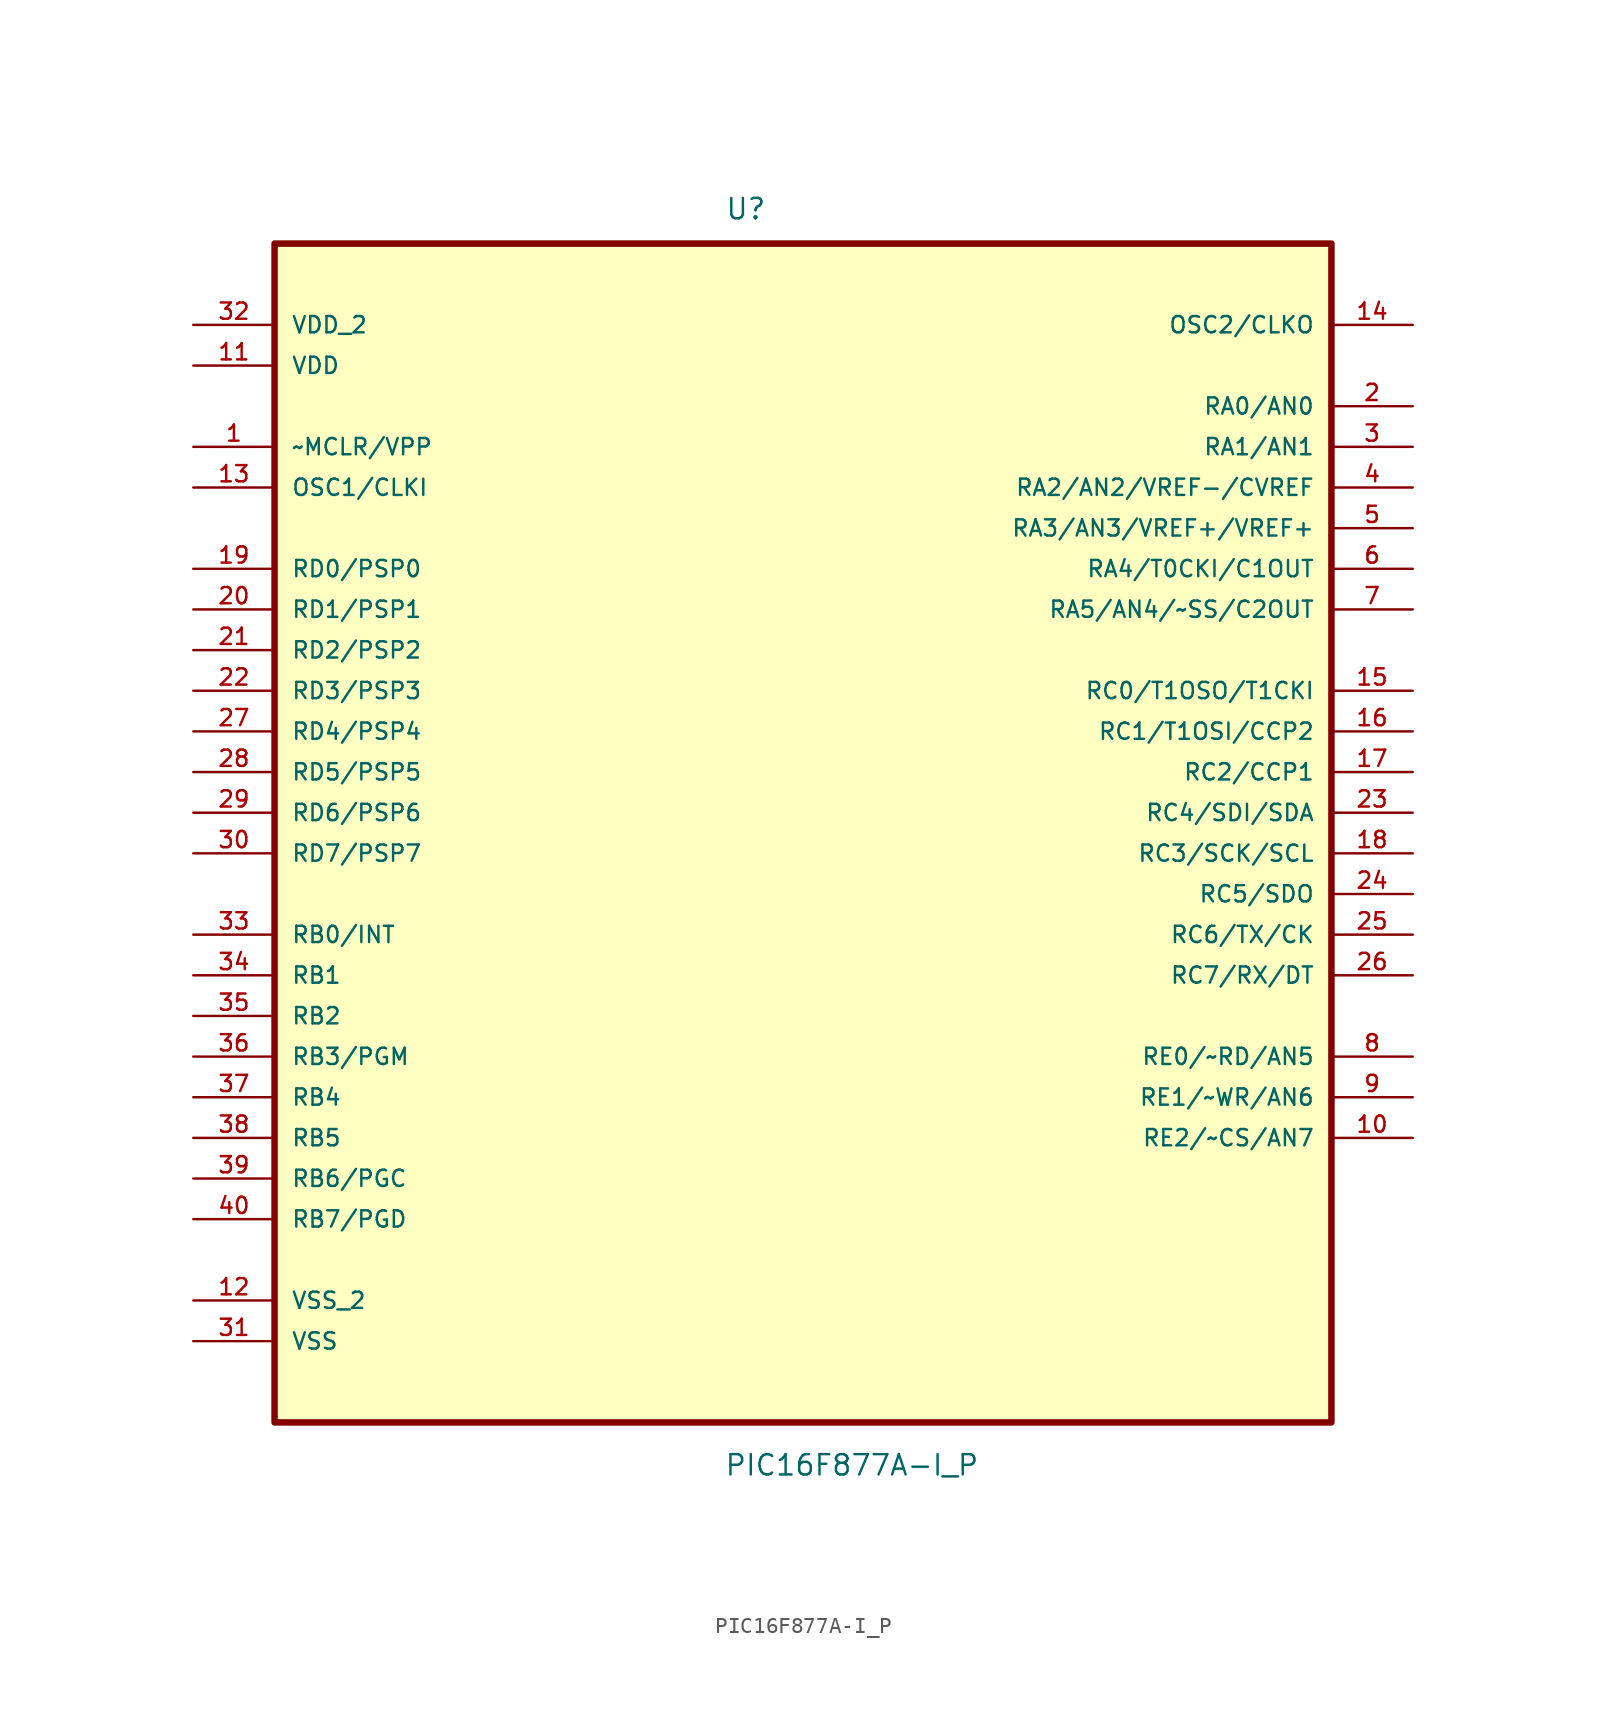
<source format=kicad_sym>
(kicad_symbol_lib
  (version 20211014)
  (generator kicad_symbol_editor)
  (symbol "PIC16F877A-I_P"
    (pin_names
      (offset 1.016))
    (property "Reference" "U"
      (at -4.884 34.443 0.0)
      (effects (font (size 1.27 1.27)) (justify bottom left)))
    (property "Value" "PIC16F877A-I_P"
      (at -4.935 -44.054 0.0)
      (effects (font (size 1.27 1.27)) (justify bottom left)))
    (symbol "PIC16F877A-I_P_0_0"
      (rectangle (start -33.02 -40.64) (end 33.02 33.02) (stroke (width 0.406)) (fill (type background)))
      (pin power_in line (at -38.1 27.94 0) (length 5.08) (name "VDD_2" (effects (font (size 1.016 1.016)))) (number "32" (effects (font (size 1.016 1.016)))))
      (pin power_in line (at -38.1 25.4 0) (length 5.08) (name "VDD" (effects (font (size 1.016 1.016)))) (number "11" (effects (font (size 1.016 1.016)))))
      (pin input line (at -38.1 20.32 0) (length 5.08) (name "~MCLR/VPP" (effects (font (size 1.016 1.016)))) (number "1" (effects (font (size 1.016 1.016)))))
      (pin input line (at -38.1 17.78 0) (length 5.08) (name "OSC1/CLKI" (effects (font (size 1.016 1.016)))) (number "13" (effects (font (size 1.016 1.016)))))
      (pin bidirectional line (at -38.1 12.7 0) (length 5.08) (name "RD0/PSP0" (effects (font (size 1.016 1.016)))) (number "19" (effects (font (size 1.016 1.016)))))
      (pin bidirectional line (at -38.1 10.16 0) (length 5.08) (name "RD1/PSP1" (effects (font (size 1.016 1.016)))) (number "20" (effects (font (size 1.016 1.016)))))
      (pin bidirectional line (at -38.1 7.62 0) (length 5.08) (name "RD2/PSP2" (effects (font (size 1.016 1.016)))) (number "21" (effects (font (size 1.016 1.016)))))
      (pin bidirectional line (at -38.1 5.08 0) (length 5.08) (name "RD3/PSP3" (effects (font (size 1.016 1.016)))) (number "22" (effects (font (size 1.016 1.016)))))
      (pin bidirectional line (at -38.1 2.54 0) (length 5.08) (name "RD4/PSP4" (effects (font (size 1.016 1.016)))) (number "27" (effects (font (size 1.016 1.016)))))
      (pin bidirectional line (at -38.1 0.0 0) (length 5.08) (name "RD5/PSP5" (effects (font (size 1.016 1.016)))) (number "28" (effects (font (size 1.016 1.016)))))
      (pin bidirectional line (at -38.1 -2.54 0) (length 5.08) (name "RD6/PSP6" (effects (font (size 1.016 1.016)))) (number "29" (effects (font (size 1.016 1.016)))))
      (pin bidirectional line (at -38.1 -5.08 0) (length 5.08) (name "RD7/PSP7" (effects (font (size 1.016 1.016)))) (number "30" (effects (font (size 1.016 1.016)))))
      (pin bidirectional line (at -38.1 -10.16 0) (length 5.08) (name "RB0/INT" (effects (font (size 1.016 1.016)))) (number "33" (effects (font (size 1.016 1.016)))))
      (pin bidirectional line (at -38.1 -12.7 0) (length 5.08) (name "RB1" (effects (font (size 1.016 1.016)))) (number "34" (effects (font (size 1.016 1.016)))))
      (pin bidirectional line (at -38.1 -15.24 0) (length 5.08) (name "RB2" (effects (font (size 1.016 1.016)))) (number "35" (effects (font (size 1.016 1.016)))))
      (pin bidirectional line (at -38.1 -17.78 0) (length 5.08) (name "RB3/PGM" (effects (font (size 1.016 1.016)))) (number "36" (effects (font (size 1.016 1.016)))))
      (pin bidirectional line (at -38.1 -20.32 0) (length 5.08) (name "RB4" (effects (font (size 1.016 1.016)))) (number "37" (effects (font (size 1.016 1.016)))))
      (pin bidirectional line (at -38.1 -22.86 0) (length 5.08) (name "RB5" (effects (font (size 1.016 1.016)))) (number "38" (effects (font (size 1.016 1.016)))))
      (pin bidirectional line (at -38.1 -25.4 0) (length 5.08) (name "RB6/PGC" (effects (font (size 1.016 1.016)))) (number "39" (effects (font (size 1.016 1.016)))))
      (pin bidirectional line (at -38.1 -27.94 0) (length 5.08) (name "RB7/PGD" (effects (font (size 1.016 1.016)))) (number "40" (effects (font (size 1.016 1.016)))))
      (pin power_in line (at -38.1 -33.02 0) (length 5.08) (name "VSS_2" (effects (font (size 1.016 1.016)))) (number "12" (effects (font (size 1.016 1.016)))))
      (pin power_in line (at -38.1 -35.56 0) (length 5.08) (name "VSS" (effects (font (size 1.016 1.016)))) (number "31" (effects (font (size 1.016 1.016)))))
      (pin output line (at 38.1 27.94 180.0) (length 5.08) (name "OSC2/CLKO" (effects (font (size 1.016 1.016)))) (number "14" (effects (font (size 1.016 1.016)))))
      (pin bidirectional line (at 38.1 22.86 180.0) (length 5.08) (name "RA0/AN0" (effects (font (size 1.016 1.016)))) (number "2" (effects (font (size 1.016 1.016)))))
      (pin bidirectional line (at 38.1 20.32 180.0) (length 5.08) (name "RA1/AN1" (effects (font (size 1.016 1.016)))) (number "3" (effects (font (size 1.016 1.016)))))
      (pin bidirectional line (at 38.1 17.78 180.0) (length 5.08) (name "RA2/AN2/VREF-/CVREF" (effects (font (size 1.016 1.016)))) (number "4" (effects (font (size 1.016 1.016)))))
      (pin bidirectional line (at 38.1 15.24 180.0) (length 5.08) (name "RA3/AN3/VREF+/VREF+" (effects (font (size 1.016 1.016)))) (number "5" (effects (font (size 1.016 1.016)))))
      (pin bidirectional line (at 38.1 12.7 180.0) (length 5.08) (name "RA4/T0CKI/C1OUT" (effects (font (size 1.016 1.016)))) (number "6" (effects (font (size 1.016 1.016)))))
      (pin bidirectional line (at 38.1 10.16 180.0) (length 5.08) (name "RA5/AN4/~SS/C2OUT" (effects (font (size 1.016 1.016)))) (number "7" (effects (font (size 1.016 1.016)))))
      (pin bidirectional line (at 38.1 5.08 180.0) (length 5.08) (name "RC0/T1OSO/T1CKI" (effects (font (size 1.016 1.016)))) (number "15" (effects (font (size 1.016 1.016)))))
      (pin bidirectional line (at 38.1 2.54 180.0) (length 5.08) (name "RC1/T1OSI/CCP2" (effects (font (size 1.016 1.016)))) (number "16" (effects (font (size 1.016 1.016)))))
      (pin bidirectional line (at 38.1 0.0 180.0) (length 5.08) (name "RC2/CCP1" (effects (font (size 1.016 1.016)))) (number "17" (effects (font (size 1.016 1.016)))))
      (pin bidirectional line (at 38.1 -2.54 180.0) (length 5.08) (name "RC4/SDI/SDA" (effects (font (size 1.016 1.016)))) (number "23" (effects (font (size 1.016 1.016)))))
      (pin bidirectional line (at 38.1 -5.08 180.0) (length 5.08) (name "RC3/SCK/SCL" (effects (font (size 1.016 1.016)))) (number "18" (effects (font (size 1.016 1.016)))))
      (pin bidirectional line (at 38.1 -7.62 180.0) (length 5.08) (name "RC5/SDO" (effects (font (size 1.016 1.016)))) (number "24" (effects (font (size 1.016 1.016)))))
      (pin bidirectional line (at 38.1 -10.16 180.0) (length 5.08) (name "RC6/TX/CK" (effects (font (size 1.016 1.016)))) (number "25" (effects (font (size 1.016 1.016)))))
      (pin bidirectional line (at 38.1 -12.7 180.0) (length 5.08) (name "RC7/RX/DT" (effects (font (size 1.016 1.016)))) (number "26" (effects (font (size 1.016 1.016)))))
      (pin bidirectional line (at 38.1 -17.78 180.0) (length 5.08) (name "RE0/~RD/AN5" (effects (font (size 1.016 1.016)))) (number "8" (effects (font (size 1.016 1.016)))))
      (pin bidirectional line (at 38.1 -20.32 180.0) (length 5.08) (name "RE1/~WR/AN6" (effects (font (size 1.016 1.016)))) (number "9" (effects (font (size 1.016 1.016)))))
      (pin bidirectional line (at 38.1 -22.86 180.0) (length 5.08) (name "RE2/~CS/AN7" (effects (font (size 1.016 1.016)))) (number "10" (effects (font (size 1.016 1.016))))))))
</source>
